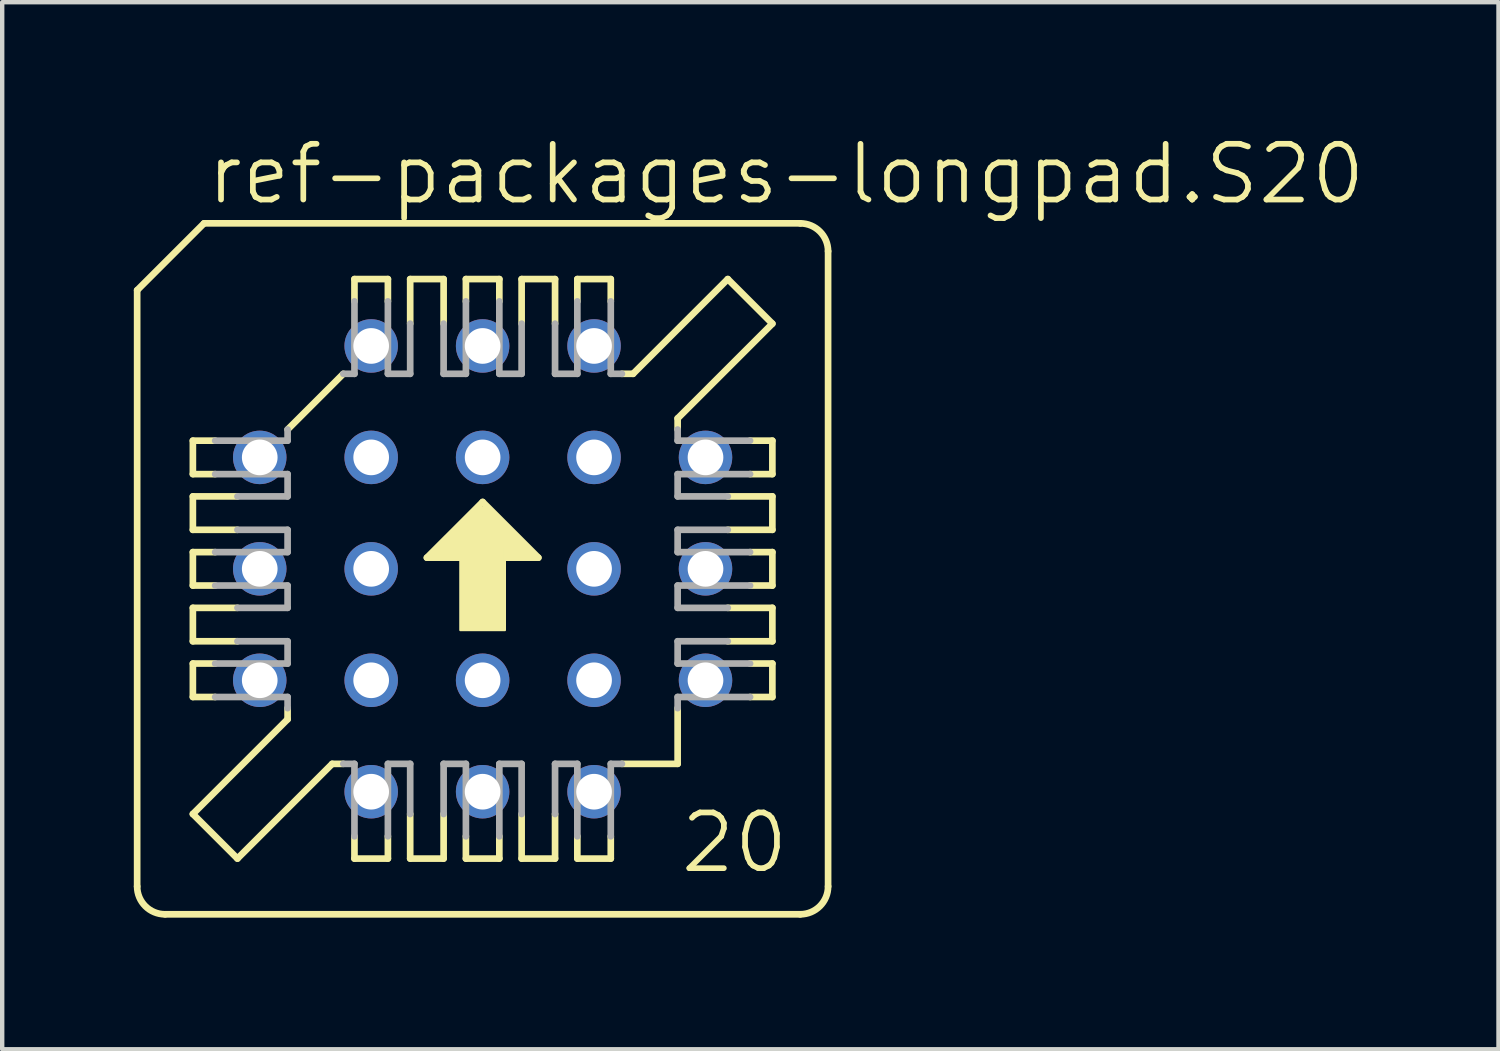
<source format=kicad_pcb>
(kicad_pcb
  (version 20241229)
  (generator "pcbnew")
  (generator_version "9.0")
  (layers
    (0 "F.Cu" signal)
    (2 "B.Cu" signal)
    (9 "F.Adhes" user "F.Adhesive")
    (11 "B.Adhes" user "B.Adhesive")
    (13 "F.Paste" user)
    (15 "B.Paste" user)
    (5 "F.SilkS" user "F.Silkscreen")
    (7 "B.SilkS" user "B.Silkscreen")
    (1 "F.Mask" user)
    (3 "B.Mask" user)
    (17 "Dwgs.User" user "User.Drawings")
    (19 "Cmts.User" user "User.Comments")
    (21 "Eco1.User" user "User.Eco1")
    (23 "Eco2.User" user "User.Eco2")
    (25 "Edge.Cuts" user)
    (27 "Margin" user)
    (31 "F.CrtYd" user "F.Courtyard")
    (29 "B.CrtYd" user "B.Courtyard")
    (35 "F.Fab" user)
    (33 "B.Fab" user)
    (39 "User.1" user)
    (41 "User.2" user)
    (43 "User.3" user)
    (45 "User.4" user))
  (footprint "ref-packages-longpad.S20"
    (layer "F.Cu")
    (at 7.95 9.915)
    (property "Reference" "ref-packages-longpad.S20" (at -6.35 -8.255 0) (layer "F.SilkS") (effects (font (size 1.27 1.27) (thickness 0.13)) (justify left bottom)))
    (attr through_hole)
    (fp_line (start -7.874 -6.35) (end -7.874 7.239) (stroke (width 0.152) (type default)) (layer "F.SilkS"))
    (fp_line (start -7.239 7.874) (end 7.239 7.874) (stroke (width 0.152) (type default)) (layer "F.SilkS"))
    (fp_line (start -6.604 -2.921) (end -6.096 -2.921) (stroke (width 0.152) (type default)) (layer "F.SilkS"))
    (fp_line (start -6.604 -2.159) (end -6.604 -2.921) (stroke (width 0.152) (type default)) (layer "F.SilkS"))
    (fp_line (start -6.604 -0.889) (end -6.604 -1.651) (stroke (width 0.152) (type default)) (layer "F.SilkS"))
    (fp_line (start -6.604 -0.889) (end -5.588 -0.889) (stroke (width 0.152) (type default)) (layer "F.SilkS"))
    (fp_line (start -6.604 -0.381) (end -6.096 -0.381) (stroke (width 0.152) (type default)) (layer "F.SilkS"))
    (fp_line (start -6.604 0.381) (end -6.604 -0.381) (stroke (width 0.152) (type default)) (layer "F.SilkS"))
    (fp_line (start -6.604 1.651) (end -6.604 0.889) (stroke (width 0.152) (type default)) (layer "F.SilkS"))
    (fp_line (start -6.604 1.651) (end -5.588 1.651) (stroke (width 0.152) (type default)) (layer "F.SilkS"))
    (fp_line (start -6.604 2.159) (end -6.096 2.159) (stroke (width 0.152) (type default)) (layer "F.SilkS"))
    (fp_line (start -6.604 2.921) (end -6.604 2.159) (stroke (width 0.152) (type default)) (layer "F.SilkS"))
    (fp_line (start -6.604 5.588) (end -4.445 3.429) (stroke (width 0.152) (type default)) (layer "F.SilkS"))
    (fp_line (start -6.35 -7.874) (end -7.874 -6.35) (stroke (width 0.152) (type default)) (layer "F.SilkS"))
    (fp_line (start -6.096 -2.159) (end -6.604 -2.159) (stroke (width 0.152) (type default)) (layer "F.SilkS"))
    (fp_line (start -6.096 0.381) (end -6.604 0.381) (stroke (width 0.152) (type default)) (layer "F.SilkS"))
    (fp_line (start -6.096 2.921) (end -6.604 2.921) (stroke (width 0.152) (type default)) (layer "F.SilkS"))
    (fp_line (start -5.588 -1.651) (end -6.604 -1.651) (stroke (width 0.152) (type default)) (layer "F.SilkS"))
    (fp_line (start -5.588 0.889) (end -6.604 0.889) (stroke (width 0.152) (type default)) (layer "F.SilkS"))
    (fp_line (start -5.588 6.604) (end -6.604 5.588) (stroke (width 0.152) (type default)) (layer "F.SilkS"))
    (fp_line (start -5.588 6.604) (end -3.429 4.445) (stroke (width 0.152) (type default)) (layer "F.SilkS"))
    (fp_line (start -4.445 -3.175) (end -3.175 -4.445) (stroke (width 0.152) (type default)) (layer "F.SilkS"))
    (fp_line (start -4.445 3.429) (end -4.445 3.175) (stroke (width 0.152) (type default)) (layer "F.SilkS"))
    (fp_line (start -3.429 4.445) (end -3.175 4.445) (stroke (width 0.152) (type default)) (layer "F.SilkS"))
    (fp_line (start -2.921 -6.604) (end -2.921 -6.096) (stroke (width 0.152) (type default)) (layer "F.SilkS"))
    (fp_line (start -2.921 6.096) (end -2.921 6.604) (stroke (width 0.152) (type default)) (layer "F.SilkS"))
    (fp_line (start -2.921 6.604) (end -2.159 6.604) (stroke (width 0.152) (type default)) (layer "F.SilkS"))
    (fp_line (start -2.159 -6.604) (end -2.921 -6.604) (stroke (width 0.152) (type default)) (layer "F.SilkS"))
    (fp_line (start -2.159 -6.096) (end -2.159 -6.604) (stroke (width 0.152) (type default)) (layer "F.SilkS"))
    (fp_line (start -2.159 6.604) (end -2.159 6.096) (stroke (width 0.152) (type default)) (layer "F.SilkS"))
    (fp_line (start -1.651 -5.588) (end -1.651 -6.604) (stroke (width 0.152) (type default)) (layer "F.SilkS"))
    (fp_line (start -1.651 6.604) (end -1.651 5.588) (stroke (width 0.152) (type default)) (layer "F.SilkS"))
    (fp_line (start -1.651 6.604) (end -0.889 6.604) (stroke (width 0.152) (type default)) (layer "F.SilkS"))
    (fp_line (start -1.27 -0.254) (end 1.27 -0.254) (stroke (width 0.152) (type default)) (layer "F.SilkS"))
    (fp_line (start -0.889 -6.604) (end -1.651 -6.604) (stroke (width 0.152) (type default)) (layer "F.SilkS"))
    (fp_line (start -0.889 -6.604) (end -0.889 -5.588) (stroke (width 0.152) (type default)) (layer "F.SilkS"))
    (fp_line (start -0.889 5.588) (end -0.889 6.604) (stroke (width 0.152) (type default)) (layer "F.SilkS"))
    (fp_line (start -0.381 -6.604) (end -0.381 -6.096) (stroke (width 0.152) (type default)) (layer "F.SilkS"))
    (fp_line (start -0.381 6.096) (end -0.381 6.604) (stroke (width 0.152) (type default)) (layer "F.SilkS"))
    (fp_line (start -0.381 6.604) (end 0.381 6.604) (stroke (width 0.152) (type default)) (layer "F.SilkS"))
    (fp_line (start 0 -1.524) (end -1.27 -0.254) (stroke (width 0.152) (type default)) (layer "F.SilkS"))
    (fp_line (start 0.381 -6.604) (end -0.381 -6.604) (stroke (width 0.152) (type default)) (layer "F.SilkS"))
    (fp_line (start 0.381 -6.096) (end 0.381 -6.604) (stroke (width 0.152) (type default)) (layer "F.SilkS"))
    (fp_line (start 0.381 6.604) (end 0.381 6.096) (stroke (width 0.152) (type default)) (layer "F.SilkS"))
    (fp_line (start 0.889 -5.588) (end 0.889 -6.604) (stroke (width 0.152) (type default)) (layer "F.SilkS"))
    (fp_line (start 0.889 6.604) (end 0.889 5.588) (stroke (width 0.152) (type default)) (layer "F.SilkS"))
    (fp_line (start 0.889 6.604) (end 1.651 6.604) (stroke (width 0.152) (type default)) (layer "F.SilkS"))
    (fp_line (start 1.27 -0.254) (end 0 -1.524) (stroke (width 0.152) (type default)) (layer "F.SilkS"))
    (fp_line (start 1.651 -6.604) (end 0.889 -6.604) (stroke (width 0.152) (type default)) (layer "F.SilkS"))
    (fp_line (start 1.651 -6.604) (end 1.651 -5.588) (stroke (width 0.152) (type default)) (layer "F.SilkS"))
    (fp_line (start 1.651 5.588) (end 1.651 6.604) (stroke (width 0.152) (type default)) (layer "F.SilkS"))
    (fp_line (start 2.159 -6.604) (end 2.159 -6.096) (stroke (width 0.152) (type default)) (layer "F.SilkS"))
    (fp_line (start 2.159 6.096) (end 2.159 6.604) (stroke (width 0.152) (type default)) (layer "F.SilkS"))
    (fp_line (start 2.159 6.604) (end 2.921 6.604) (stroke (width 0.152) (type default)) (layer "F.SilkS"))
    (fp_line (start 2.921 -6.604) (end 2.159 -6.604) (stroke (width 0.152) (type default)) (layer "F.SilkS"))
    (fp_line (start 2.921 -6.096) (end 2.921 -6.604) (stroke (width 0.152) (type default)) (layer "F.SilkS"))
    (fp_line (start 2.921 6.604) (end 2.921 6.096) (stroke (width 0.152) (type default)) (layer "F.SilkS"))
    (fp_line (start 3.175 4.445) (end 4.445 4.445) (stroke (width 0.152) (type default)) (layer "F.SilkS"))
    (fp_line (start 3.429 -4.445) (end 3.175 -4.445) (stroke (width 0.152) (type default)) (layer "F.SilkS"))
    (fp_line (start 4.445 -3.429) (end 4.445 -3.175) (stroke (width 0.152) (type default)) (layer "F.SilkS"))
    (fp_line (start 4.445 3.175) (end 4.445 4.445) (stroke (width 0.152) (type default)) (layer "F.SilkS"))
    (fp_line (start 5.588 -6.604) (end 3.429 -4.445) (stroke (width 0.152) (type default)) (layer "F.SilkS"))
    (fp_line (start 5.588 -0.889) (end 6.604 -0.889) (stroke (width 0.152) (type default)) (layer "F.SilkS"))
    (fp_line (start 5.588 1.651) (end 6.604 1.651) (stroke (width 0.152) (type default)) (layer "F.SilkS"))
    (fp_line (start 6.096 -2.921) (end 6.604 -2.921) (stroke (width 0.152) (type default)) (layer "F.SilkS"))
    (fp_line (start 6.096 -0.381) (end 6.604 -0.381) (stroke (width 0.152) (type default)) (layer "F.SilkS"))
    (fp_line (start 6.096 2.159) (end 6.604 2.159) (stroke (width 0.152) (type default)) (layer "F.SilkS"))
    (fp_line (start 6.604 -5.588) (end 4.445 -3.429) (stroke (width 0.152) (type default)) (layer "F.SilkS"))
    (fp_line (start 6.604 -5.588) (end 5.588 -6.604) (stroke (width 0.152) (type default)) (layer "F.SilkS"))
    (fp_line (start 6.604 -2.921) (end 6.604 -2.159) (stroke (width 0.152) (type default)) (layer "F.SilkS"))
    (fp_line (start 6.604 -2.159) (end 6.096 -2.159) (stroke (width 0.152) (type default)) (layer "F.SilkS"))
    (fp_line (start 6.604 -1.651) (end 5.588 -1.651) (stroke (width 0.152) (type default)) (layer "F.SilkS"))
    (fp_line (start 6.604 -1.651) (end 6.604 -0.889) (stroke (width 0.152) (type default)) (layer "F.SilkS"))
    (fp_line (start 6.604 -0.381) (end 6.604 0.381) (stroke (width 0.152) (type default)) (layer "F.SilkS"))
    (fp_line (start 6.604 0.381) (end 6.096 0.381) (stroke (width 0.152) (type default)) (layer "F.SilkS"))
    (fp_line (start 6.604 0.889) (end 5.588 0.889) (stroke (width 0.152) (type default)) (layer "F.SilkS"))
    (fp_line (start 6.604 0.889) (end 6.604 1.651) (stroke (width 0.152) (type default)) (layer "F.SilkS"))
    (fp_line (start 6.604 2.159) (end 6.604 2.921) (stroke (width 0.152) (type default)) (layer "F.SilkS"))
    (fp_line (start 6.604 2.921) (end 6.096 2.921) (stroke (width 0.152) (type default)) (layer "F.SilkS"))
    (fp_line (start 7.239 -7.874) (end -6.35 -7.874) (stroke (width 0.152) (type default)) (layer "F.SilkS"))
    (fp_line (start 7.874 -7.239) (end 7.874 7.239) (stroke (width 0.152) (type default)) (layer "F.SilkS"))
    (fp_rect (start -1.143 -0.254) (end -0.889 -0.381) (stroke (width 0.05) (type default)) (fill yes) (layer "F.SilkS"))
    (fp_rect (start -1.016 -0.381) (end -0.889 -0.508) (stroke (width 0.05) (type default)) (fill yes) (layer "F.SilkS"))
    (fp_rect (start -0.889 -0.254) (end 0.889 -0.635) (stroke (width 0.05) (type default)) (fill yes) (layer "F.SilkS"))
    (fp_rect (start -0.762 -0.635) (end -0.635 -0.762) (stroke (width 0.05) (type default)) (fill yes) (layer "F.SilkS"))
    (fp_rect (start -0.635 -0.635) (end 0.635 -0.889) (stroke (width 0.05) (type default)) (fill yes) (layer "F.SilkS"))
    (fp_rect (start -0.508 -0.889) (end -0.381 -1.016) (stroke (width 0.05) (type default)) (fill yes) (layer "F.SilkS"))
    (fp_rect (start -0.508 1.397) (end 0.508 -0.508) (stroke (width 0.05) (type default)) (fill yes) (layer "F.SilkS"))
    (fp_rect (start -0.381 -0.889) (end 0.381 -1.143) (stroke (width 0.05) (type default)) (fill yes) (layer "F.SilkS"))
    (fp_rect (start -0.254 -1.143) (end -0.127 -1.27) (stroke (width 0.05) (type default)) (fill yes) (layer "F.SilkS"))
    (fp_rect (start -0.127 -1.143) (end 0.127 -1.397) (stroke (width 0.05) (type default)) (fill yes) (layer "F.SilkS"))
    (fp_rect (start 0.127 -1.143) (end 0.254 -1.27) (stroke (width 0.05) (type default)) (fill yes) (layer "F.SilkS"))
    (fp_rect (start 0.381 -0.889) (end 0.508 -1.016) (stroke (width 0.05) (type default)) (fill yes) (layer "F.SilkS"))
    (fp_rect (start 0.635 -0.635) (end 0.762 -0.762) (stroke (width 0.05) (type default)) (fill yes) (layer "F.SilkS"))
    (fp_rect (start 0.889 -0.381) (end 1.016 -0.508) (stroke (width 0.05) (type default)) (fill yes) (layer "F.SilkS"))
    (fp_rect (start 0.889 -0.254) (end 1.143 -0.381) (stroke (width 0.05) (type default)) (fill yes) (layer "F.SilkS"))
    (fp_arc (start -7.239 7.874) (mid -7.688013 7.688013) (end -7.874 7.239) (stroke (width 0.1524) (type default)) (layer "F.SilkS"))
    (fp_arc (start 7.239 -7.874) (mid 7.688013 -7.688013) (end 7.874 -7.239) (stroke (width 0.1524) (type default)) (layer "F.SilkS"))
    (fp_arc (start 7.874 7.239) (mid 7.688013 7.688013) (end 7.239 7.874) (stroke (width 0.1524) (type default)) (layer "F.SilkS"))
    (fp_line (start -6.096 -2.159) (end -4.445 -2.159) (stroke (width 0.152) (type default)) (layer "F.Fab"))
    (fp_line (start -6.096 0.381) (end -4.445 0.381) (stroke (width 0.152) (type default)) (layer "F.Fab"))
    (fp_line (start -6.096 2.921) (end -4.445 2.921) (stroke (width 0.152) (type default)) (layer "F.Fab"))
    (fp_line (start -5.588 -1.651) (end -4.445 -1.651) (stroke (width 0.152) (type default)) (layer "F.Fab"))
    (fp_line (start -5.588 0.889) (end -4.445 0.889) (stroke (width 0.152) (type default)) (layer "F.Fab"))
    (fp_line (start -4.445 -2.921) (end -6.096 -2.921) (stroke (width 0.152) (type default)) (layer "F.Fab"))
    (fp_line (start -4.445 -2.921) (end -4.445 -3.175) (stroke (width 0.152) (type default)) (layer "F.Fab"))
    (fp_line (start -4.445 -1.651) (end -4.445 -2.159) (stroke (width 0.152) (type default)) (layer "F.Fab"))
    (fp_line (start -4.445 -0.889) (end -5.588 -0.889) (stroke (width 0.152) (type default)) (layer "F.Fab"))
    (fp_line (start -4.445 -0.381) (end -6.096 -0.381) (stroke (width 0.152) (type default)) (layer "F.Fab"))
    (fp_line (start -4.445 -0.381) (end -4.445 -0.889) (stroke (width 0.152) (type default)) (layer "F.Fab"))
    (fp_line (start -4.445 0.889) (end -4.445 0.381) (stroke (width 0.152) (type default)) (layer "F.Fab"))
    (fp_line (start -4.445 1.651) (end -5.588 1.651) (stroke (width 0.152) (type default)) (layer "F.Fab"))
    (fp_line (start -4.445 2.159) (end -6.096 2.159) (stroke (width 0.152) (type default)) (layer "F.Fab"))
    (fp_line (start -4.445 2.159) (end -4.445 1.651) (stroke (width 0.152) (type default)) (layer "F.Fab"))
    (fp_line (start -4.445 2.921) (end -4.445 3.175) (stroke (width 0.152) (type default)) (layer "F.Fab"))
    (fp_line (start -2.921 -4.445) (end -3.175 -4.445) (stroke (width 0.152) (type default)) (layer "F.Fab"))
    (fp_line (start -2.921 -4.445) (end -2.921 -6.096) (stroke (width 0.152) (type default)) (layer "F.Fab"))
    (fp_line (start -2.921 4.445) (end -3.175 4.445) (stroke (width 0.152) (type default)) (layer "F.Fab"))
    (fp_line (start -2.921 6.096) (end -2.921 4.445) (stroke (width 0.152) (type default)) (layer "F.Fab"))
    (fp_line (start -2.159 -6.096) (end -2.159 -4.445) (stroke (width 0.152) (type default)) (layer "F.Fab"))
    (fp_line (start -2.159 4.445) (end -2.159 6.096) (stroke (width 0.152) (type default)) (layer "F.Fab"))
    (fp_line (start -2.159 4.445) (end -1.651 4.445) (stroke (width 0.152) (type default)) (layer "F.Fab"))
    (fp_line (start -1.651 -5.588) (end -1.651 -4.445) (stroke (width 0.152) (type default)) (layer "F.Fab"))
    (fp_line (start -1.651 -4.445) (end -2.159 -4.445) (stroke (width 0.152) (type default)) (layer "F.Fab"))
    (fp_line (start -1.651 4.445) (end -1.651 5.588) (stroke (width 0.152) (type default)) (layer "F.Fab"))
    (fp_line (start -0.889 -4.445) (end -0.889 -5.588) (stroke (width 0.152) (type default)) (layer "F.Fab"))
    (fp_line (start -0.889 4.445) (end -0.381 4.445) (stroke (width 0.152) (type default)) (layer "F.Fab"))
    (fp_line (start -0.889 5.588) (end -0.889 4.445) (stroke (width 0.152) (type default)) (layer "F.Fab"))
    (fp_line (start -0.381 -4.445) (end -0.889 -4.445) (stroke (width 0.152) (type default)) (layer "F.Fab"))
    (fp_line (start -0.381 -4.445) (end -0.381 -6.096) (stroke (width 0.152) (type default)) (layer "F.Fab"))
    (fp_line (start -0.381 6.096) (end -0.381 4.445) (stroke (width 0.152) (type default)) (layer "F.Fab"))
    (fp_line (start 0.381 -6.096) (end 0.381 -4.445) (stroke (width 0.152) (type default)) (layer "F.Fab"))
    (fp_line (start 0.381 4.445) (end 0.381 6.096) (stroke (width 0.152) (type default)) (layer "F.Fab"))
    (fp_line (start 0.381 4.445) (end 0.889 4.445) (stroke (width 0.152) (type default)) (layer "F.Fab"))
    (fp_line (start 0.889 -5.588) (end 0.889 -4.445) (stroke (width 0.152) (type default)) (layer "F.Fab"))
    (fp_line (start 0.889 -4.445) (end 0.381 -4.445) (stroke (width 0.152) (type default)) (layer "F.Fab"))
    (fp_line (start 0.889 4.445) (end 0.889 5.588) (stroke (width 0.152) (type default)) (layer "F.Fab"))
    (fp_line (start 1.651 -4.445) (end 1.651 -5.588) (stroke (width 0.152) (type default)) (layer "F.Fab"))
    (fp_line (start 1.651 4.445) (end 2.159 4.445) (stroke (width 0.152) (type default)) (layer "F.Fab"))
    (fp_line (start 1.651 5.588) (end 1.651 4.445) (stroke (width 0.152) (type default)) (layer "F.Fab"))
    (fp_line (start 2.159 -4.445) (end 1.651 -4.445) (stroke (width 0.152) (type default)) (layer "F.Fab"))
    (fp_line (start 2.159 -4.445) (end 2.159 -6.096) (stroke (width 0.152) (type default)) (layer "F.Fab"))
    (fp_line (start 2.159 6.096) (end 2.159 4.445) (stroke (width 0.152) (type default)) (layer "F.Fab"))
    (fp_line (start 2.921 -6.096) (end 2.921 -4.445) (stroke (width 0.152) (type default)) (layer "F.Fab"))
    (fp_line (start 2.921 -4.445) (end 3.175 -4.445) (stroke (width 0.152) (type default)) (layer "F.Fab"))
    (fp_line (start 2.921 4.445) (end 2.921 6.096) (stroke (width 0.152) (type default)) (layer "F.Fab"))
    (fp_line (start 3.175 4.445) (end 2.921 4.445) (stroke (width 0.152) (type default)) (layer "F.Fab"))
    (fp_line (start 4.445 -2.921) (end 4.445 -3.175) (stroke (width 0.152) (type default)) (layer "F.Fab"))
    (fp_line (start 4.445 -2.159) (end 4.445 -1.651) (stroke (width 0.152) (type default)) (layer "F.Fab"))
    (fp_line (start 4.445 -2.159) (end 6.096 -2.159) (stroke (width 0.152) (type default)) (layer "F.Fab"))
    (fp_line (start 4.445 -1.651) (end 5.588 -1.651) (stroke (width 0.152) (type default)) (layer "F.Fab"))
    (fp_line (start 4.445 -0.889) (end 4.445 -0.381) (stroke (width 0.152) (type default)) (layer "F.Fab"))
    (fp_line (start 4.445 0.381) (end 4.445 0.889) (stroke (width 0.152) (type default)) (layer "F.Fab"))
    (fp_line (start 4.445 0.381) (end 6.096 0.381) (stroke (width 0.152) (type default)) (layer "F.Fab"))
    (fp_line (start 4.445 0.889) (end 5.588 0.889) (stroke (width 0.152) (type default)) (layer "F.Fab"))
    (fp_line (start 4.445 1.651) (end 4.445 2.159) (stroke (width 0.152) (type default)) (layer "F.Fab"))
    (fp_line (start 4.445 2.921) (end 6.096 2.921) (stroke (width 0.152) (type default)) (layer "F.Fab"))
    (fp_line (start 4.445 3.175) (end 4.445 2.921) (stroke (width 0.152) (type default)) (layer "F.Fab"))
    (fp_line (start 5.588 -0.889) (end 4.445 -0.889) (stroke (width 0.152) (type default)) (layer "F.Fab"))
    (fp_line (start 5.588 1.651) (end 4.445 1.651) (stroke (width 0.152) (type default)) (layer "F.Fab"))
    (fp_line (start 6.096 -2.921) (end 4.445 -2.921) (stroke (width 0.152) (type default)) (layer "F.Fab"))
    (fp_line (start 6.096 -0.381) (end 4.445 -0.381) (stroke (width 0.152) (type default)) (layer "F.Fab"))
    (fp_line (start 6.096 2.159) (end 4.445 2.159) (stroke (width 0.152) (type default)) (layer "F.Fab"))
    (fp_text user "20" (at 4.445 6.985 0) (layer "F.SilkS") (effects (font (size 1.27 1.27) (thickness 0.13)) (justify left bottom)))
    (pad "1" thru_hole circle (at 0 -5.08) (size 1.219 1.219) (drill 0.813) (layers "*.Cu" "*.Mask"))
    (pad "2" thru_hole circle (at 0 -2.54) (size 1.219 1.219) (drill 0.813) (layers "*.Cu" "*.Mask"))
    (pad "3" thru_hole circle (at -2.54 -5.08) (size 1.219 1.219) (drill 0.813) (layers "*.Cu" "*.Mask"))
    (pad "4" thru_hole circle (at -5.08 -2.54) (size 1.219 1.219) (drill 0.813) (layers "*.Cu" "*.Mask"))
    (pad "5" thru_hole circle (at -2.54 -2.54) (size 1.219 1.219) (drill 0.813) (layers "*.Cu" "*.Mask"))
    (pad "6" thru_hole circle (at -5.08 0) (size 1.219 1.219) (drill 0.813) (layers "*.Cu" "*.Mask"))
    (pad "7" thru_hole circle (at -2.54 0) (size 1.219 1.219) (drill 0.813) (layers "*.Cu" "*.Mask"))
    (pad "8" thru_hole circle (at -5.08 2.54) (size 1.219 1.219) (drill 0.813) (layers "*.Cu" "*.Mask"))
    (pad "9" thru_hole circle (at -2.54 5.08) (size 1.219 1.219) (drill 0.813) (layers "*.Cu" "*.Mask"))
    (pad "10" thru_hole circle (at -2.54 2.54) (size 1.219 1.219) (drill 0.813) (layers "*.Cu" "*.Mask"))
    (pad "11" thru_hole circle (at 0 5.08) (size 1.219 1.219) (drill 0.813) (layers "*.Cu" "*.Mask"))
    (pad "12" thru_hole circle (at 0 2.54) (size 1.219 1.219) (drill 0.813) (layers "*.Cu" "*.Mask"))
    (pad "13" thru_hole circle (at 2.54 5.08) (size 1.219 1.219) (drill 0.813) (layers "*.Cu" "*.Mask"))
    (pad "14" thru_hole circle (at 5.08 2.54) (size 1.219 1.219) (drill 0.813) (layers "*.Cu" "*.Mask"))
    (pad "15" thru_hole circle (at 2.54 2.54) (size 1.219 1.219) (drill 0.813) (layers "*.Cu" "*.Mask"))
    (pad "16" thru_hole circle (at 5.08 0) (size 1.219 1.219) (drill 0.813) (layers "*.Cu" "*.Mask"))
    (pad "17" thru_hole circle (at 2.54 0) (size 1.219 1.219) (drill 0.813) (layers "*.Cu" "*.Mask"))
    (pad "18" thru_hole circle (at 5.08 -2.54) (size 1.219 1.219) (drill 0.813) (layers "*.Cu" "*.Mask"))
    (pad "19" thru_hole circle (at 2.54 -5.08) (size 1.219 1.219) (drill 0.813) (layers "*.Cu" "*.Mask"))
    (pad "20" thru_hole circle (at 2.54 -2.54) (size 1.219 1.219) (drill 0.813) (layers "*.Cu" "*.Mask")))
  (gr_rect
    (start -3 -3)
    (end 31.104 20.865)
    (stroke (width 0.1) (type default))
    (fill no)
    (layer "Edge.Cuts")))
</source>
